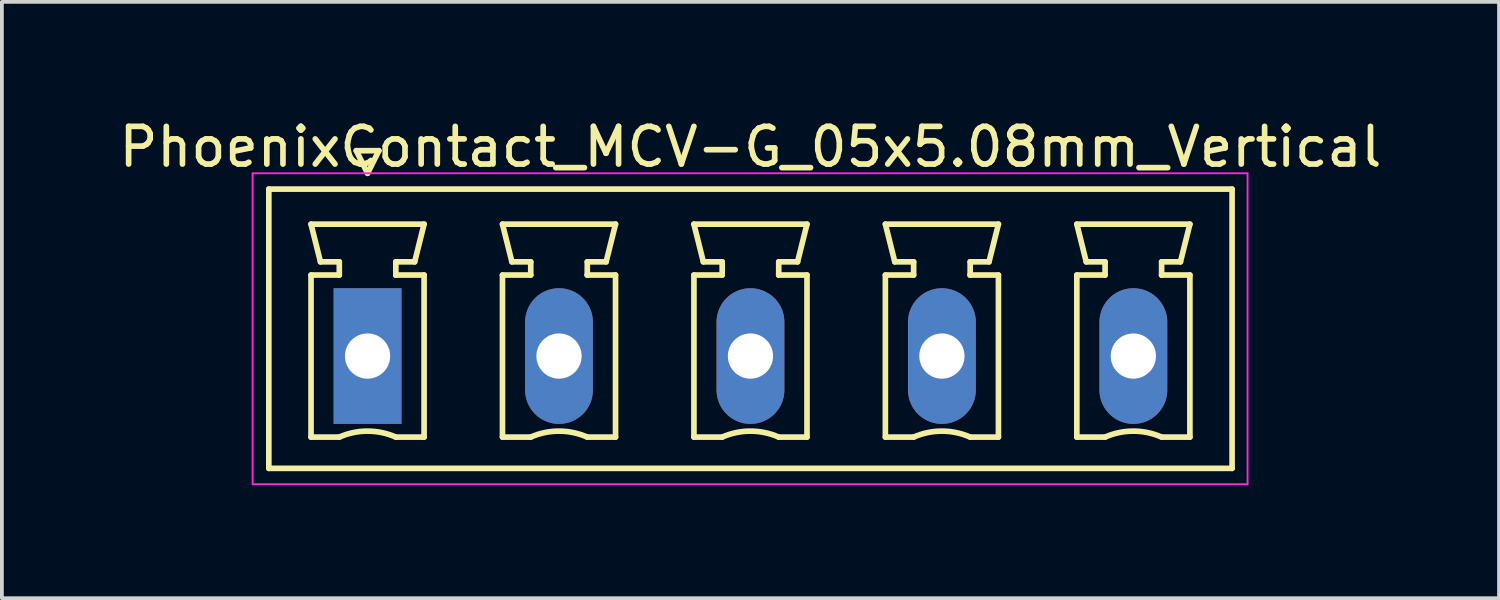
<source format=kicad_pcb>
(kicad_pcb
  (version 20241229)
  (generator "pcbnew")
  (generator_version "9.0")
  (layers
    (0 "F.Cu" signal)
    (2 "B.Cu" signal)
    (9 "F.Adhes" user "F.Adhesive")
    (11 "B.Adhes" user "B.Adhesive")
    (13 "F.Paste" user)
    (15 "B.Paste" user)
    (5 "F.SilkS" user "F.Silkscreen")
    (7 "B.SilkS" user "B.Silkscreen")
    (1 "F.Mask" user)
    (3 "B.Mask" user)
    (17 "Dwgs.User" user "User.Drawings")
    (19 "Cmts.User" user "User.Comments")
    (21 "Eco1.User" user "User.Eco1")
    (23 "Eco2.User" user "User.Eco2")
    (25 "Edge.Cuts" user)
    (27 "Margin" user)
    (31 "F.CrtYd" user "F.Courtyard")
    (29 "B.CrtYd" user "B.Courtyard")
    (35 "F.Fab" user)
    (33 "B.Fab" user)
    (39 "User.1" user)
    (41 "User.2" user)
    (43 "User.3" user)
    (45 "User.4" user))
  (footprint "PhoenixContact_MCV-G_05x5.08mm_Vertical"
    (layer "F.Cu")
    (at 6.703 6.398)
    (property "Reference" "PhoenixContact_MCV-G_05x5.08mm_Vertical" (at 10.16 -5.55 0) (layer "F.SilkS") (effects (font (size 1 1) (thickness 0.15))))
    (attr through_hole)
    (fp_line (start -2.62 -4.43) (end -2.62 2.98) (stroke (width 0.15) (type solid)) (layer "F.SilkS"))
    (fp_line (start -2.62 2.98) (end 22.94 2.98) (stroke (width 0.15) (type solid)) (layer "F.SilkS"))
    (fp_line (start -1.5 -3.5) (end 1.5 -3.5) (stroke (width 0.15) (type solid)) (layer "F.SilkS"))
    (fp_line (start -1.5 -2.15) (end -0.75 -2.15) (stroke (width 0.15) (type solid)) (layer "F.SilkS"))
    (fp_line (start -1.5 2.15) (end -1.5 -2.15) (stroke (width 0.15) (type solid)) (layer "F.SilkS"))
    (fp_line (start -1.25 -2.5) (end -1.5 -3.5) (stroke (width 0.15) (type solid)) (layer "F.SilkS"))
    (fp_line (start -0.75 -2.5) (end -1.25 -2.5) (stroke (width 0.15) (type solid)) (layer "F.SilkS"))
    (fp_line (start -0.75 -2.15) (end -0.75 -2.5) (stroke (width 0.15) (type solid)) (layer "F.SilkS"))
    (fp_line (start -0.75 2.15) (end -1.5 2.15) (stroke (width 0.15) (type solid)) (layer "F.SilkS"))
    (fp_line (start -0.3 -5.45) (end 0 -4.85) (stroke (width 0.15) (type solid)) (layer "F.SilkS"))
    (fp_line (start 0 -4.85) (end 0.3 -5.45) (stroke (width 0.15) (type solid)) (layer "F.SilkS"))
    (fp_line (start 0.3 -5.45) (end -0.3 -5.45) (stroke (width 0.15) (type solid)) (layer "F.SilkS"))
    (fp_line (start 0.75 -2.5) (end 0.75 -2.15) (stroke (width 0.15) (type solid)) (layer "F.SilkS"))
    (fp_line (start 0.75 -2.15) (end 0.75 -2.15) (stroke (width 0.15) (type solid)) (layer "F.SilkS"))
    (fp_line (start 0.75 -2.15) (end 1.5 -2.15) (stroke (width 0.15) (type solid)) (layer "F.SilkS"))
    (fp_line (start 1.25 -2.5) (end 0.75 -2.5) (stroke (width 0.15) (type solid)) (layer "F.SilkS"))
    (fp_line (start 1.5 -3.5) (end 1.25 -2.5) (stroke (width 0.15) (type solid)) (layer "F.SilkS"))
    (fp_line (start 1.5 -2.15) (end 1.5 2.15) (stroke (width 0.15) (type solid)) (layer "F.SilkS"))
    (fp_line (start 1.5 2.15) (end 0.75 2.15) (stroke (width 0.15) (type solid)) (layer "F.SilkS"))
    (fp_line (start 3.58 -3.5) (end 6.58 -3.5) (stroke (width 0.15) (type solid)) (layer "F.SilkS"))
    (fp_line (start 3.58 -2.15) (end 4.33 -2.15) (stroke (width 0.15) (type solid)) (layer "F.SilkS"))
    (fp_line (start 3.58 2.15) (end 3.58 -2.15) (stroke (width 0.15) (type solid)) (layer "F.SilkS"))
    (fp_line (start 3.83 -2.5) (end 3.58 -3.5) (stroke (width 0.15) (type solid)) (layer "F.SilkS"))
    (fp_line (start 4.33 -2.5) (end 3.83 -2.5) (stroke (width 0.15) (type solid)) (layer "F.SilkS"))
    (fp_line (start 4.33 -2.15) (end 4.33 -2.5) (stroke (width 0.15) (type solid)) (layer "F.SilkS"))
    (fp_line (start 4.33 2.15) (end 3.58 2.15) (stroke (width 0.15) (type solid)) (layer "F.SilkS"))
    (fp_line (start 5.83 -2.5) (end 5.83 -2.15) (stroke (width 0.15) (type solid)) (layer "F.SilkS"))
    (fp_line (start 5.83 -2.15) (end 5.83 -2.15) (stroke (width 0.15) (type solid)) (layer "F.SilkS"))
    (fp_line (start 5.83 -2.15) (end 6.58 -2.15) (stroke (width 0.15) (type solid)) (layer "F.SilkS"))
    (fp_line (start 6.33 -2.5) (end 5.83 -2.5) (stroke (width 0.15) (type solid)) (layer "F.SilkS"))
    (fp_line (start 6.58 -3.5) (end 6.33 -2.5) (stroke (width 0.15) (type solid)) (layer "F.SilkS"))
    (fp_line (start 6.58 -2.15) (end 6.58 2.15) (stroke (width 0.15) (type solid)) (layer "F.SilkS"))
    (fp_line (start 6.58 2.15) (end 5.83 2.15) (stroke (width 0.15) (type solid)) (layer "F.SilkS"))
    (fp_line (start 8.66 -3.5) (end 11.66 -3.5) (stroke (width 0.15) (type solid)) (layer "F.SilkS"))
    (fp_line (start 8.66 -2.15) (end 9.41 -2.15) (stroke (width 0.15) (type solid)) (layer "F.SilkS"))
    (fp_line (start 8.66 2.15) (end 8.66 -2.15) (stroke (width 0.15) (type solid)) (layer "F.SilkS"))
    (fp_line (start 8.91 -2.5) (end 8.66 -3.5) (stroke (width 0.15) (type solid)) (layer "F.SilkS"))
    (fp_line (start 9.41 -2.5) (end 8.91 -2.5) (stroke (width 0.15) (type solid)) (layer "F.SilkS"))
    (fp_line (start 9.41 -2.15) (end 9.41 -2.5) (stroke (width 0.15) (type solid)) (layer "F.SilkS"))
    (fp_line (start 9.41 2.15) (end 8.66 2.15) (stroke (width 0.15) (type solid)) (layer "F.SilkS"))
    (fp_line (start 10.91 -2.5) (end 10.91 -2.15) (stroke (width 0.15) (type solid)) (layer "F.SilkS"))
    (fp_line (start 10.91 -2.15) (end 10.91 -2.15) (stroke (width 0.15) (type solid)) (layer "F.SilkS"))
    (fp_line (start 10.91 -2.15) (end 11.66 -2.15) (stroke (width 0.15) (type solid)) (layer "F.SilkS"))
    (fp_line (start 11.41 -2.5) (end 10.91 -2.5) (stroke (width 0.15) (type solid)) (layer "F.SilkS"))
    (fp_line (start 11.66 -3.5) (end 11.41 -2.5) (stroke (width 0.15) (type solid)) (layer "F.SilkS"))
    (fp_line (start 11.66 -2.15) (end 11.66 2.15) (stroke (width 0.15) (type solid)) (layer "F.SilkS"))
    (fp_line (start 11.66 2.15) (end 10.91 2.15) (stroke (width 0.15) (type solid)) (layer "F.SilkS"))
    (fp_line (start 13.74 -3.5) (end 16.74 -3.5) (stroke (width 0.15) (type solid)) (layer "F.SilkS"))
    (fp_line (start 13.74 -2.15) (end 14.49 -2.15) (stroke (width 0.15) (type solid)) (layer "F.SilkS"))
    (fp_line (start 13.74 2.15) (end 13.74 -2.15) (stroke (width 0.15) (type solid)) (layer "F.SilkS"))
    (fp_line (start 13.99 -2.5) (end 13.74 -3.5) (stroke (width 0.15) (type solid)) (layer "F.SilkS"))
    (fp_line (start 14.49 -2.5) (end 13.99 -2.5) (stroke (width 0.15) (type solid)) (layer "F.SilkS"))
    (fp_line (start 14.49 -2.15) (end 14.49 -2.5) (stroke (width 0.15) (type solid)) (layer "F.SilkS"))
    (fp_line (start 14.49 2.15) (end 13.74 2.15) (stroke (width 0.15) (type solid)) (layer "F.SilkS"))
    (fp_line (start 15.99 -2.5) (end 15.99 -2.15) (stroke (width 0.15) (type solid)) (layer "F.SilkS"))
    (fp_line (start 15.99 -2.15) (end 15.99 -2.15) (stroke (width 0.15) (type solid)) (layer "F.SilkS"))
    (fp_line (start 15.99 -2.15) (end 16.74 -2.15) (stroke (width 0.15) (type solid)) (layer "F.SilkS"))
    (fp_line (start 16.49 -2.5) (end 15.99 -2.5) (stroke (width 0.15) (type solid)) (layer "F.SilkS"))
    (fp_line (start 16.74 -3.5) (end 16.49 -2.5) (stroke (width 0.15) (type solid)) (layer "F.SilkS"))
    (fp_line (start 16.74 -2.15) (end 16.74 2.15) (stroke (width 0.15) (type solid)) (layer "F.SilkS"))
    (fp_line (start 16.74 2.15) (end 15.99 2.15) (stroke (width 0.15) (type solid)) (layer "F.SilkS"))
    (fp_line (start 18.82 -3.5) (end 21.82 -3.5) (stroke (width 0.15) (type solid)) (layer "F.SilkS"))
    (fp_line (start 18.82 -2.15) (end 19.57 -2.15) (stroke (width 0.15) (type solid)) (layer "F.SilkS"))
    (fp_line (start 18.82 2.15) (end 18.82 -2.15) (stroke (width 0.15) (type solid)) (layer "F.SilkS"))
    (fp_line (start 19.07 -2.5) (end 18.82 -3.5) (stroke (width 0.15) (type solid)) (layer "F.SilkS"))
    (fp_line (start 19.57 -2.5) (end 19.07 -2.5) (stroke (width 0.15) (type solid)) (layer "F.SilkS"))
    (fp_line (start 19.57 -2.15) (end 19.57 -2.5) (stroke (width 0.15) (type solid)) (layer "F.SilkS"))
    (fp_line (start 19.57 2.15) (end 18.82 2.15) (stroke (width 0.15) (type solid)) (layer "F.SilkS"))
    (fp_line (start 21.07 -2.5) (end 21.07 -2.15) (stroke (width 0.15) (type solid)) (layer "F.SilkS"))
    (fp_line (start 21.07 -2.15) (end 21.07 -2.15) (stroke (width 0.15) (type solid)) (layer "F.SilkS"))
    (fp_line (start 21.07 -2.15) (end 21.82 -2.15) (stroke (width 0.15) (type solid)) (layer "F.SilkS"))
    (fp_line (start 21.57 -2.5) (end 21.07 -2.5) (stroke (width 0.15) (type solid)) (layer "F.SilkS"))
    (fp_line (start 21.82 -3.5) (end 21.57 -2.5) (stroke (width 0.15) (type solid)) (layer "F.SilkS"))
    (fp_line (start 21.82 -2.15) (end 21.82 2.15) (stroke (width 0.15) (type solid)) (layer "F.SilkS"))
    (fp_line (start 21.82 2.15) (end 21.07 2.15) (stroke (width 0.15) (type solid)) (layer "F.SilkS"))
    (fp_line (start 22.94 -4.43) (end -2.62 -4.43) (stroke (width 0.15) (type solid)) (layer "F.SilkS"))
    (fp_line (start 22.94 2.98) (end 22.94 -4.43) (stroke (width 0.15) (type solid)) (layer "F.SilkS"))
    (fp_arc (start -0.75 2.15) (mid -0.000193 1.99191) (end 0.749647 2.149844) (stroke (width 0.15) (type solid)) (layer "F.SilkS"))
    (fp_arc (start 4.33 2.15) (mid 5.079807 1.99191) (end 5.829647 2.149844) (stroke (width 0.15) (type solid)) (layer "F.SilkS"))
    (fp_arc (start 9.41 2.15) (mid 10.159807 1.99191) (end 10.909647 2.149844) (stroke (width 0.15) (type solid)) (layer "F.SilkS"))
    (fp_arc (start 14.49 2.15) (mid 15.239807 1.99191) (end 15.989647 2.149844) (stroke (width 0.15) (type solid)) (layer "F.SilkS"))
    (fp_arc (start 19.57 2.15) (mid 20.319807 1.99191) (end 21.069647 2.149844) (stroke (width 0.15) (type solid)) (layer "F.SilkS"))
    (fp_line (start -3.05 -4.85) (end -3.05 3.4) (stroke (width 0.05) (type solid)) (layer "F.CrtYd"))
    (fp_line (start -3.05 3.4) (end 23.35 3.4) (stroke (width 0.05) (type solid)) (layer "F.CrtYd"))
    (fp_line (start 23.35 -4.85) (end -3.05 -4.85) (stroke (width 0.05) (type solid)) (layer "F.CrtYd"))
    (fp_line (start 23.35 3.4) (end 23.35 -4.85) (stroke (width 0.05) (type solid)) (layer "F.CrtYd"))
    (pad "1" thru_hole rect (at 0 0) (size 1.8 3.6) (drill 1.2) (layers "*.Cu" "*.Mask"))
    (pad "2" thru_hole oval (at 5.08 0) (size 1.8 3.6) (drill 1.2) (layers "*.Cu" "*.Mask"))
    (pad "3" thru_hole oval (at 10.16 0) (size 1.8 3.6) (drill 1.2) (layers "*.Cu" "*.Mask"))
    (pad "4" thru_hole oval (at 15.24 0) (size 1.8 3.6) (drill 1.2) (layers "*.Cu" "*.Mask"))
    (pad "5" thru_hole oval (at 20.32 0) (size 1.8 3.6) (drill 1.2) (layers "*.Cu" "*.Mask")))
  (gr_rect
    (start -3 -3)
    (end 36.726 12.823)
    (stroke (width 0.1) (type default))
    (fill no)
    (layer "Edge.Cuts")))
</source>
